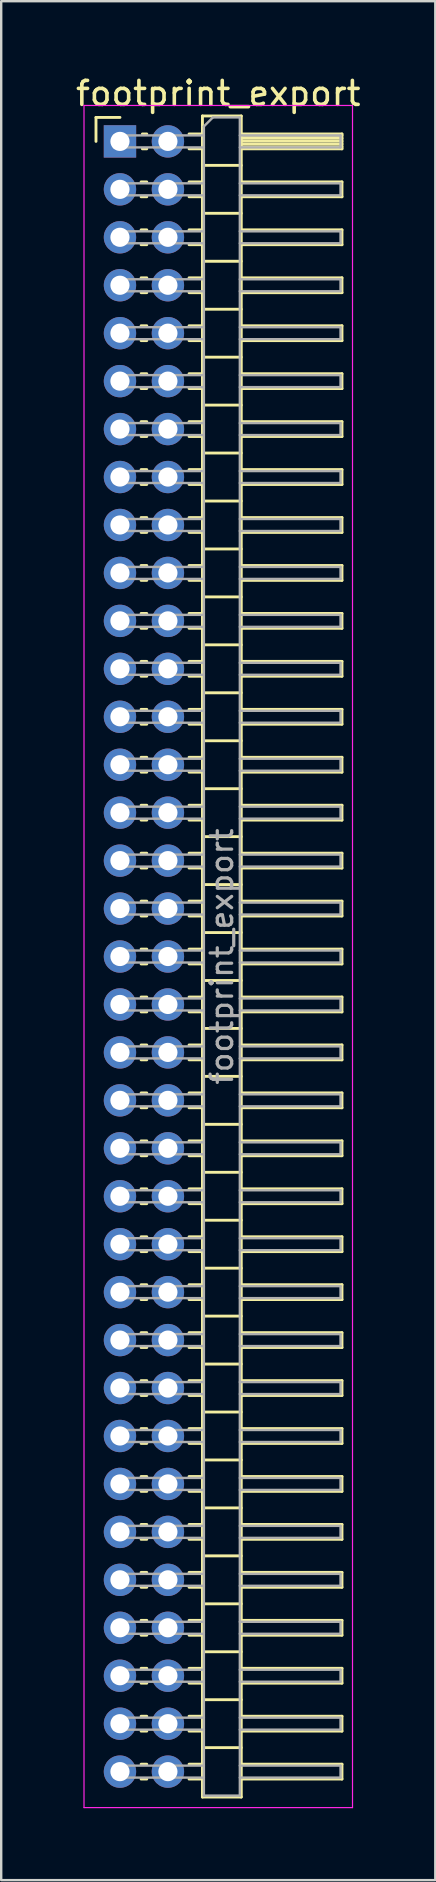
<source format=kicad_pcb>
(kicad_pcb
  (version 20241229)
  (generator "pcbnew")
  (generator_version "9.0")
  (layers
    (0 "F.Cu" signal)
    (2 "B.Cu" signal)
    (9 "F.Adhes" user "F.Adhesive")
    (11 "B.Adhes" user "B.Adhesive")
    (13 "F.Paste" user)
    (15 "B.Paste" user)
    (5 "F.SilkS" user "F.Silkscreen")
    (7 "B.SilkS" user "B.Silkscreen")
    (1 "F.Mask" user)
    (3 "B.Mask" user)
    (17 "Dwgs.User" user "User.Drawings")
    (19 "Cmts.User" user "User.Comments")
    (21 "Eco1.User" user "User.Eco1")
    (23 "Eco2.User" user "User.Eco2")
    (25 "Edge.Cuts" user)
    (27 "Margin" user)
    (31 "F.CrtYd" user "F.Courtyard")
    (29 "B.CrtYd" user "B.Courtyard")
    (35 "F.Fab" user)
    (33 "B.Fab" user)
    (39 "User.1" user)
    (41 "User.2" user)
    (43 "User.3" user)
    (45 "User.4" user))
  (footprint "footprint_export"
    (layer "F.Cu")
    (at 1.954 2.848)
    (property "Reference" "footprint_export" (at 4.1 -2 0) (layer "F.SilkS") (effects (font (size 1 1) (thickness 0.15))))
    (attr through_hole)
    (fp_line (start -1 -1) (end 0 -1) (stroke (width 0.12) (type solid)) (layer "F.SilkS"))
    (fp_line (start -1 0) (end -1 -1) (stroke (width 0.12) (type solid)) (layer "F.SilkS"))
    (fp_line (start 0.882 1.69) (end 1.118 1.69) (stroke (width 0.12) (type solid)) (layer "F.SilkS"))
    (fp_line (start 0.882 2.31) (end 1.118 2.31) (stroke (width 0.12) (type solid)) (layer "F.SilkS"))
    (fp_line (start 0.882 3.69) (end 1.118 3.69) (stroke (width 0.12) (type solid)) (layer "F.SilkS"))
    (fp_line (start 0.882 4.31) (end 1.118 4.31) (stroke (width 0.12) (type solid)) (layer "F.SilkS"))
    (fp_line (start 0.882 5.69) (end 1.118 5.69) (stroke (width 0.12) (type solid)) (layer "F.SilkS"))
    (fp_line (start 0.882 6.31) (end 1.118 6.31) (stroke (width 0.12) (type solid)) (layer "F.SilkS"))
    (fp_line (start 0.882 7.69) (end 1.118 7.69) (stroke (width 0.12) (type solid)) (layer "F.SilkS"))
    (fp_line (start 0.882 8.31) (end 1.118 8.31) (stroke (width 0.12) (type solid)) (layer "F.SilkS"))
    (fp_line (start 0.882 9.69) (end 1.118 9.69) (stroke (width 0.12) (type solid)) (layer "F.SilkS"))
    (fp_line (start 0.882 10.31) (end 1.118 10.31) (stroke (width 0.12) (type solid)) (layer "F.SilkS"))
    (fp_line (start 0.882 11.69) (end 1.118 11.69) (stroke (width 0.12) (type solid)) (layer "F.SilkS"))
    (fp_line (start 0.882 12.31) (end 1.118 12.31) (stroke (width 0.12) (type solid)) (layer "F.SilkS"))
    (fp_line (start 0.882 13.69) (end 1.118 13.69) (stroke (width 0.12) (type solid)) (layer "F.SilkS"))
    (fp_line (start 0.882 14.31) (end 1.118 14.31) (stroke (width 0.12) (type solid)) (layer "F.SilkS"))
    (fp_line (start 0.882 15.69) (end 1.118 15.69) (stroke (width 0.12) (type solid)) (layer "F.SilkS"))
    (fp_line (start 0.882 16.31) (end 1.118 16.31) (stroke (width 0.12) (type solid)) (layer "F.SilkS"))
    (fp_line (start 0.882 17.69) (end 1.118 17.69) (stroke (width 0.12) (type solid)) (layer "F.SilkS"))
    (fp_line (start 0.882 18.31) (end 1.118 18.31) (stroke (width 0.12) (type solid)) (layer "F.SilkS"))
    (fp_line (start 0.882 19.69) (end 1.118 19.69) (stroke (width 0.12) (type solid)) (layer "F.SilkS"))
    (fp_line (start 0.882 20.31) (end 1.118 20.31) (stroke (width 0.12) (type solid)) (layer "F.SilkS"))
    (fp_line (start 0.882 21.69) (end 1.118 21.69) (stroke (width 0.12) (type solid)) (layer "F.SilkS"))
    (fp_line (start 0.882 22.31) (end 1.118 22.31) (stroke (width 0.12) (type solid)) (layer "F.SilkS"))
    (fp_line (start 0.882 23.69) (end 1.118 23.69) (stroke (width 0.12) (type solid)) (layer "F.SilkS"))
    (fp_line (start 0.882 24.31) (end 1.118 24.31) (stroke (width 0.12) (type solid)) (layer "F.SilkS"))
    (fp_line (start 0.882 25.69) (end 1.118 25.69) (stroke (width 0.12) (type solid)) (layer "F.SilkS"))
    (fp_line (start 0.882 26.31) (end 1.118 26.31) (stroke (width 0.12) (type solid)) (layer "F.SilkS"))
    (fp_line (start 0.882 27.69) (end 1.118 27.69) (stroke (width 0.12) (type solid)) (layer "F.SilkS"))
    (fp_line (start 0.882 28.31) (end 1.118 28.31) (stroke (width 0.12) (type solid)) (layer "F.SilkS"))
    (fp_line (start 0.882 29.69) (end 1.118 29.69) (stroke (width 0.12) (type solid)) (layer "F.SilkS"))
    (fp_line (start 0.882 30.31) (end 1.118 30.31) (stroke (width 0.12) (type solid)) (layer "F.SilkS"))
    (fp_line (start 0.882 31.69) (end 1.118 31.69) (stroke (width 0.12) (type solid)) (layer "F.SilkS"))
    (fp_line (start 0.882 32.31) (end 1.118 32.31) (stroke (width 0.12) (type solid)) (layer "F.SilkS"))
    (fp_line (start 0.882 33.69) (end 1.118 33.69) (stroke (width 0.12) (type solid)) (layer "F.SilkS"))
    (fp_line (start 0.882 34.31) (end 1.118 34.31) (stroke (width 0.12) (type solid)) (layer "F.SilkS"))
    (fp_line (start 0.882 35.69) (end 1.118 35.69) (stroke (width 0.12) (type solid)) (layer "F.SilkS"))
    (fp_line (start 0.882 36.31) (end 1.118 36.31) (stroke (width 0.12) (type solid)) (layer "F.SilkS"))
    (fp_line (start 0.882 37.69) (end 1.118 37.69) (stroke (width 0.12) (type solid)) (layer "F.SilkS"))
    (fp_line (start 0.882 38.31) (end 1.118 38.31) (stroke (width 0.12) (type solid)) (layer "F.SilkS"))
    (fp_line (start 0.882 39.69) (end 1.118 39.69) (stroke (width 0.12) (type solid)) (layer "F.SilkS"))
    (fp_line (start 0.882 40.31) (end 1.118 40.31) (stroke (width 0.12) (type solid)) (layer "F.SilkS"))
    (fp_line (start 0.882 41.69) (end 1.118 41.69) (stroke (width 0.12) (type solid)) (layer "F.SilkS"))
    (fp_line (start 0.882 42.31) (end 1.118 42.31) (stroke (width 0.12) (type solid)) (layer "F.SilkS"))
    (fp_line (start 0.882 43.69) (end 1.118 43.69) (stroke (width 0.12) (type solid)) (layer "F.SilkS"))
    (fp_line (start 0.882 44.31) (end 1.118 44.31) (stroke (width 0.12) (type solid)) (layer "F.SilkS"))
    (fp_line (start 0.882 45.69) (end 1.118 45.69) (stroke (width 0.12) (type solid)) (layer "F.SilkS"))
    (fp_line (start 0.882 46.31) (end 1.118 46.31) (stroke (width 0.12) (type solid)) (layer "F.SilkS"))
    (fp_line (start 0.882 47.69) (end 1.118 47.69) (stroke (width 0.12) (type solid)) (layer "F.SilkS"))
    (fp_line (start 0.882 48.31) (end 1.118 48.31) (stroke (width 0.12) (type solid)) (layer "F.SilkS"))
    (fp_line (start 0.882 49.69) (end 1.118 49.69) (stroke (width 0.12) (type solid)) (layer "F.SilkS"))
    (fp_line (start 0.882 50.31) (end 1.118 50.31) (stroke (width 0.12) (type solid)) (layer "F.SilkS"))
    (fp_line (start 0.882 51.69) (end 1.118 51.69) (stroke (width 0.12) (type solid)) (layer "F.SilkS"))
    (fp_line (start 0.882 52.31) (end 1.118 52.31) (stroke (width 0.12) (type solid)) (layer "F.SilkS"))
    (fp_line (start 0.882 53.69) (end 1.118 53.69) (stroke (width 0.12) (type solid)) (layer "F.SilkS"))
    (fp_line (start 0.882 54.31) (end 1.118 54.31) (stroke (width 0.12) (type solid)) (layer "F.SilkS"))
    (fp_line (start 0.882 55.69) (end 1.118 55.69) (stroke (width 0.12) (type solid)) (layer "F.SilkS"))
    (fp_line (start 0.882 56.31) (end 1.118 56.31) (stroke (width 0.12) (type solid)) (layer "F.SilkS"))
    (fp_line (start 0.882 57.69) (end 1.118 57.69) (stroke (width 0.12) (type solid)) (layer "F.SilkS"))
    (fp_line (start 0.882 58.31) (end 1.118 58.31) (stroke (width 0.12) (type solid)) (layer "F.SilkS"))
    (fp_line (start 0.882 59.69) (end 1.118 59.69) (stroke (width 0.12) (type solid)) (layer "F.SilkS"))
    (fp_line (start 0.882 60.31) (end 1.118 60.31) (stroke (width 0.12) (type solid)) (layer "F.SilkS"))
    (fp_line (start 0.882 61.69) (end 1.118 61.69) (stroke (width 0.12) (type solid)) (layer "F.SilkS"))
    (fp_line (start 0.882 62.31) (end 1.118 62.31) (stroke (width 0.12) (type solid)) (layer "F.SilkS"))
    (fp_line (start 0.882 63.69) (end 1.118 63.69) (stroke (width 0.12) (type solid)) (layer "F.SilkS"))
    (fp_line (start 0.882 64.31) (end 1.118 64.31) (stroke (width 0.12) (type solid)) (layer "F.SilkS"))
    (fp_line (start 0.882 65.69) (end 1.118 65.69) (stroke (width 0.12) (type solid)) (layer "F.SilkS"))
    (fp_line (start 0.882 66.31) (end 1.118 66.31) (stroke (width 0.12) (type solid)) (layer "F.SilkS"))
    (fp_line (start 0.882 67.69) (end 1.118 67.69) (stroke (width 0.12) (type solid)) (layer "F.SilkS"))
    (fp_line (start 0.882 68.31) (end 1.118 68.31) (stroke (width 0.12) (type solid)) (layer "F.SilkS"))
    (fp_line (start 0.935 -0.31) (end 1.118 -0.31) (stroke (width 0.12) (type solid)) (layer "F.SilkS"))
    (fp_line (start 0.935 0.31) (end 1.118 0.31) (stroke (width 0.12) (type solid)) (layer "F.SilkS"))
    (fp_line (start 2.882 -0.31) (end 3.44 -0.31) (stroke (width 0.12) (type solid)) (layer "F.SilkS"))
    (fp_line (start 2.882 0.31) (end 3.44 0.31) (stroke (width 0.12) (type solid)) (layer "F.SilkS"))
    (fp_line (start 2.882 1.69) (end 3.44 1.69) (stroke (width 0.12) (type solid)) (layer "F.SilkS"))
    (fp_line (start 2.882 2.31) (end 3.44 2.31) (stroke (width 0.12) (type solid)) (layer "F.SilkS"))
    (fp_line (start 2.882 3.69) (end 3.44 3.69) (stroke (width 0.12) (type solid)) (layer "F.SilkS"))
    (fp_line (start 2.882 4.31) (end 3.44 4.31) (stroke (width 0.12) (type solid)) (layer "F.SilkS"))
    (fp_line (start 2.882 5.69) (end 3.44 5.69) (stroke (width 0.12) (type solid)) (layer "F.SilkS"))
    (fp_line (start 2.882 6.31) (end 3.44 6.31) (stroke (width 0.12) (type solid)) (layer "F.SilkS"))
    (fp_line (start 2.882 7.69) (end 3.44 7.69) (stroke (width 0.12) (type solid)) (layer "F.SilkS"))
    (fp_line (start 2.882 8.31) (end 3.44 8.31) (stroke (width 0.12) (type solid)) (layer "F.SilkS"))
    (fp_line (start 2.882 9.69) (end 3.44 9.69) (stroke (width 0.12) (type solid)) (layer "F.SilkS"))
    (fp_line (start 2.882 10.31) (end 3.44 10.31) (stroke (width 0.12) (type solid)) (layer "F.SilkS"))
    (fp_line (start 2.882 11.69) (end 3.44 11.69) (stroke (width 0.12) (type solid)) (layer "F.SilkS"))
    (fp_line (start 2.882 12.31) (end 3.44 12.31) (stroke (width 0.12) (type solid)) (layer "F.SilkS"))
    (fp_line (start 2.882 13.69) (end 3.44 13.69) (stroke (width 0.12) (type solid)) (layer "F.SilkS"))
    (fp_line (start 2.882 14.31) (end 3.44 14.31) (stroke (width 0.12) (type solid)) (layer "F.SilkS"))
    (fp_line (start 2.882 15.69) (end 3.44 15.69) (stroke (width 0.12) (type solid)) (layer "F.SilkS"))
    (fp_line (start 2.882 16.31) (end 3.44 16.31) (stroke (width 0.12) (type solid)) (layer "F.SilkS"))
    (fp_line (start 2.882 17.69) (end 3.44 17.69) (stroke (width 0.12) (type solid)) (layer "F.SilkS"))
    (fp_line (start 2.882 18.31) (end 3.44 18.31) (stroke (width 0.12) (type solid)) (layer "F.SilkS"))
    (fp_line (start 2.882 19.69) (end 3.44 19.69) (stroke (width 0.12) (type solid)) (layer "F.SilkS"))
    (fp_line (start 2.882 20.31) (end 3.44 20.31) (stroke (width 0.12) (type solid)) (layer "F.SilkS"))
    (fp_line (start 2.882 21.69) (end 3.44 21.69) (stroke (width 0.12) (type solid)) (layer "F.SilkS"))
    (fp_line (start 2.882 22.31) (end 3.44 22.31) (stroke (width 0.12) (type solid)) (layer "F.SilkS"))
    (fp_line (start 2.882 23.69) (end 3.44 23.69) (stroke (width 0.12) (type solid)) (layer "F.SilkS"))
    (fp_line (start 2.882 24.31) (end 3.44 24.31) (stroke (width 0.12) (type solid)) (layer "F.SilkS"))
    (fp_line (start 2.882 25.69) (end 3.44 25.69) (stroke (width 0.12) (type solid)) (layer "F.SilkS"))
    (fp_line (start 2.882 26.31) (end 3.44 26.31) (stroke (width 0.12) (type solid)) (layer "F.SilkS"))
    (fp_line (start 2.882 27.69) (end 3.44 27.69) (stroke (width 0.12) (type solid)) (layer "F.SilkS"))
    (fp_line (start 2.882 28.31) (end 3.44 28.31) (stroke (width 0.12) (type solid)) (layer "F.SilkS"))
    (fp_line (start 2.882 29.69) (end 3.44 29.69) (stroke (width 0.12) (type solid)) (layer "F.SilkS"))
    (fp_line (start 2.882 30.31) (end 3.44 30.31) (stroke (width 0.12) (type solid)) (layer "F.SilkS"))
    (fp_line (start 2.882 31.69) (end 3.44 31.69) (stroke (width 0.12) (type solid)) (layer "F.SilkS"))
    (fp_line (start 2.882 32.31) (end 3.44 32.31) (stroke (width 0.12) (type solid)) (layer "F.SilkS"))
    (fp_line (start 2.882 33.69) (end 3.44 33.69) (stroke (width 0.12) (type solid)) (layer "F.SilkS"))
    (fp_line (start 2.882 34.31) (end 3.44 34.31) (stroke (width 0.12) (type solid)) (layer "F.SilkS"))
    (fp_line (start 2.882 35.69) (end 3.44 35.69) (stroke (width 0.12) (type solid)) (layer "F.SilkS"))
    (fp_line (start 2.882 36.31) (end 3.44 36.31) (stroke (width 0.12) (type solid)) (layer "F.SilkS"))
    (fp_line (start 2.882 37.69) (end 3.44 37.69) (stroke (width 0.12) (type solid)) (layer "F.SilkS"))
    (fp_line (start 2.882 38.31) (end 3.44 38.31) (stroke (width 0.12) (type solid)) (layer "F.SilkS"))
    (fp_line (start 2.882 39.69) (end 3.44 39.69) (stroke (width 0.12) (type solid)) (layer "F.SilkS"))
    (fp_line (start 2.882 40.31) (end 3.44 40.31) (stroke (width 0.12) (type solid)) (layer "F.SilkS"))
    (fp_line (start 2.882 41.69) (end 3.44 41.69) (stroke (width 0.12) (type solid)) (layer "F.SilkS"))
    (fp_line (start 2.882 42.31) (end 3.44 42.31) (stroke (width 0.12) (type solid)) (layer "F.SilkS"))
    (fp_line (start 2.882 43.69) (end 3.44 43.69) (stroke (width 0.12) (type solid)) (layer "F.SilkS"))
    (fp_line (start 2.882 44.31) (end 3.44 44.31) (stroke (width 0.12) (type solid)) (layer "F.SilkS"))
    (fp_line (start 2.882 45.69) (end 3.44 45.69) (stroke (width 0.12) (type solid)) (layer "F.SilkS"))
    (fp_line (start 2.882 46.31) (end 3.44 46.31) (stroke (width 0.12) (type solid)) (layer "F.SilkS"))
    (fp_line (start 2.882 47.69) (end 3.44 47.69) (stroke (width 0.12) (type solid)) (layer "F.SilkS"))
    (fp_line (start 2.882 48.31) (end 3.44 48.31) (stroke (width 0.12) (type solid)) (layer "F.SilkS"))
    (fp_line (start 2.882 49.69) (end 3.44 49.69) (stroke (width 0.12) (type solid)) (layer "F.SilkS"))
    (fp_line (start 2.882 50.31) (end 3.44 50.31) (stroke (width 0.12) (type solid)) (layer "F.SilkS"))
    (fp_line (start 2.882 51.69) (end 3.44 51.69) (stroke (width 0.12) (type solid)) (layer "F.SilkS"))
    (fp_line (start 2.882 52.31) (end 3.44 52.31) (stroke (width 0.12) (type solid)) (layer "F.SilkS"))
    (fp_line (start 2.882 53.69) (end 3.44 53.69) (stroke (width 0.12) (type solid)) (layer "F.SilkS"))
    (fp_line (start 2.882 54.31) (end 3.44 54.31) (stroke (width 0.12) (type solid)) (layer "F.SilkS"))
    (fp_line (start 2.882 55.69) (end 3.44 55.69) (stroke (width 0.12) (type solid)) (layer "F.SilkS"))
    (fp_line (start 2.882 56.31) (end 3.44 56.31) (stroke (width 0.12) (type solid)) (layer "F.SilkS"))
    (fp_line (start 2.882 57.69) (end 3.44 57.69) (stroke (width 0.12) (type solid)) (layer "F.SilkS"))
    (fp_line (start 2.882 58.31) (end 3.44 58.31) (stroke (width 0.12) (type solid)) (layer "F.SilkS"))
    (fp_line (start 2.882 59.69) (end 3.44 59.69) (stroke (width 0.12) (type solid)) (layer "F.SilkS"))
    (fp_line (start 2.882 60.31) (end 3.44 60.31) (stroke (width 0.12) (type solid)) (layer "F.SilkS"))
    (fp_line (start 2.882 61.69) (end 3.44 61.69) (stroke (width 0.12) (type solid)) (layer "F.SilkS"))
    (fp_line (start 2.882 62.31) (end 3.44 62.31) (stroke (width 0.12) (type solid)) (layer "F.SilkS"))
    (fp_line (start 2.882 63.69) (end 3.44 63.69) (stroke (width 0.12) (type solid)) (layer "F.SilkS"))
    (fp_line (start 2.882 64.31) (end 3.44 64.31) (stroke (width 0.12) (type solid)) (layer "F.SilkS"))
    (fp_line (start 2.882 65.69) (end 3.44 65.69) (stroke (width 0.12) (type solid)) (layer "F.SilkS"))
    (fp_line (start 2.882 66.31) (end 3.44 66.31) (stroke (width 0.12) (type solid)) (layer "F.SilkS"))
    (fp_line (start 2.882 67.69) (end 3.44 67.69) (stroke (width 0.12) (type solid)) (layer "F.SilkS"))
    (fp_line (start 2.882 68.31) (end 3.44 68.31) (stroke (width 0.12) (type solid)) (layer "F.SilkS"))
    (fp_line (start 3.44 -1.06) (end 3.44 69.06) (stroke (width 0.12) (type solid)) (layer "F.SilkS"))
    (fp_line (start 3.44 1) (end 5.06 1) (stroke (width 0.12) (type solid)) (layer "F.SilkS"))
    (fp_line (start 3.44 3) (end 5.06 3) (stroke (width 0.12) (type solid)) (layer "F.SilkS"))
    (fp_line (start 3.44 5) (end 5.06 5) (stroke (width 0.12) (type solid)) (layer "F.SilkS"))
    (fp_line (start 3.44 7) (end 5.06 7) (stroke (width 0.12) (type solid)) (layer "F.SilkS"))
    (fp_line (start 3.44 9) (end 5.06 9) (stroke (width 0.12) (type solid)) (layer "F.SilkS"))
    (fp_line (start 3.44 11) (end 5.06 11) (stroke (width 0.12) (type solid)) (layer "F.SilkS"))
    (fp_line (start 3.44 13) (end 5.06 13) (stroke (width 0.12) (type solid)) (layer "F.SilkS"))
    (fp_line (start 3.44 15) (end 5.06 15) (stroke (width 0.12) (type solid)) (layer "F.SilkS"))
    (fp_line (start 3.44 17) (end 5.06 17) (stroke (width 0.12) (type solid)) (layer "F.SilkS"))
    (fp_line (start 3.44 19) (end 5.06 19) (stroke (width 0.12) (type solid)) (layer "F.SilkS"))
    (fp_line (start 3.44 21) (end 5.06 21) (stroke (width 0.12) (type solid)) (layer "F.SilkS"))
    (fp_line (start 3.44 23) (end 5.06 23) (stroke (width 0.12) (type solid)) (layer "F.SilkS"))
    (fp_line (start 3.44 25) (end 5.06 25) (stroke (width 0.12) (type solid)) (layer "F.SilkS"))
    (fp_line (start 3.44 27) (end 5.06 27) (stroke (width 0.12) (type solid)) (layer "F.SilkS"))
    (fp_line (start 3.44 29) (end 5.06 29) (stroke (width 0.12) (type solid)) (layer "F.SilkS"))
    (fp_line (start 3.44 31) (end 5.06 31) (stroke (width 0.12) (type solid)) (layer "F.SilkS"))
    (fp_line (start 3.44 33) (end 5.06 33) (stroke (width 0.12) (type solid)) (layer "F.SilkS"))
    (fp_line (start 3.44 35) (end 5.06 35) (stroke (width 0.12) (type solid)) (layer "F.SilkS"))
    (fp_line (start 3.44 37) (end 5.06 37) (stroke (width 0.12) (type solid)) (layer "F.SilkS"))
    (fp_line (start 3.44 39) (end 5.06 39) (stroke (width 0.12) (type solid)) (layer "F.SilkS"))
    (fp_line (start 3.44 41) (end 5.06 41) (stroke (width 0.12) (type solid)) (layer "F.SilkS"))
    (fp_line (start 3.44 43) (end 5.06 43) (stroke (width 0.12) (type solid)) (layer "F.SilkS"))
    (fp_line (start 3.44 45) (end 5.06 45) (stroke (width 0.12) (type solid)) (layer "F.SilkS"))
    (fp_line (start 3.44 47) (end 5.06 47) (stroke (width 0.12) (type solid)) (layer "F.SilkS"))
    (fp_line (start 3.44 49) (end 5.06 49) (stroke (width 0.12) (type solid)) (layer "F.SilkS"))
    (fp_line (start 3.44 51) (end 5.06 51) (stroke (width 0.12) (type solid)) (layer "F.SilkS"))
    (fp_line (start 3.44 53) (end 5.06 53) (stroke (width 0.12) (type solid)) (layer "F.SilkS"))
    (fp_line (start 3.44 55) (end 5.06 55) (stroke (width 0.12) (type solid)) (layer "F.SilkS"))
    (fp_line (start 3.44 57) (end 5.06 57) (stroke (width 0.12) (type solid)) (layer "F.SilkS"))
    (fp_line (start 3.44 59) (end 5.06 59) (stroke (width 0.12) (type solid)) (layer "F.SilkS"))
    (fp_line (start 3.44 61) (end 5.06 61) (stroke (width 0.12) (type solid)) (layer "F.SilkS"))
    (fp_line (start 3.44 63) (end 5.06 63) (stroke (width 0.12) (type solid)) (layer "F.SilkS"))
    (fp_line (start 3.44 65) (end 5.06 65) (stroke (width 0.12) (type solid)) (layer "F.SilkS"))
    (fp_line (start 3.44 67) (end 5.06 67) (stroke (width 0.12) (type solid)) (layer "F.SilkS"))
    (fp_line (start 3.44 69.06) (end 5.06 69.06) (stroke (width 0.12) (type solid)) (layer "F.SilkS"))
    (fp_line (start 5.06 -1.06) (end 3.44 -1.06) (stroke (width 0.12) (type solid)) (layer "F.SilkS"))
    (fp_line (start 5.06 -0.31) (end 9.26 -0.31) (stroke (width 0.12) (type solid)) (layer "F.SilkS"))
    (fp_line (start 5.06 -0.25) (end 9.26 -0.25) (stroke (width 0.12) (type solid)) (layer "F.SilkS"))
    (fp_line (start 5.06 -0.13) (end 9.26 -0.13) (stroke (width 0.12) (type solid)) (layer "F.SilkS"))
    (fp_line (start 5.06 -0.01) (end 9.26 -0.01) (stroke (width 0.12) (type solid)) (layer "F.SilkS"))
    (fp_line (start 5.06 0.11) (end 9.26 0.11) (stroke (width 0.12) (type solid)) (layer "F.SilkS"))
    (fp_line (start 5.06 0.23) (end 9.26 0.23) (stroke (width 0.12) (type solid)) (layer "F.SilkS"))
    (fp_line (start 5.06 1.69) (end 9.26 1.69) (stroke (width 0.12) (type solid)) (layer "F.SilkS"))
    (fp_line (start 5.06 3.69) (end 9.26 3.69) (stroke (width 0.12) (type solid)) (layer "F.SilkS"))
    (fp_line (start 5.06 5.69) (end 9.26 5.69) (stroke (width 0.12) (type solid)) (layer "F.SilkS"))
    (fp_line (start 5.06 7.69) (end 9.26 7.69) (stroke (width 0.12) (type solid)) (layer "F.SilkS"))
    (fp_line (start 5.06 9.69) (end 9.26 9.69) (stroke (width 0.12) (type solid)) (layer "F.SilkS"))
    (fp_line (start 5.06 11.69) (end 9.26 11.69) (stroke (width 0.12) (type solid)) (layer "F.SilkS"))
    (fp_line (start 5.06 13.69) (end 9.26 13.69) (stroke (width 0.12) (type solid)) (layer "F.SilkS"))
    (fp_line (start 5.06 15.69) (end 9.26 15.69) (stroke (width 0.12) (type solid)) (layer "F.SilkS"))
    (fp_line (start 5.06 17.69) (end 9.26 17.69) (stroke (width 0.12) (type solid)) (layer "F.SilkS"))
    (fp_line (start 5.06 19.69) (end 9.26 19.69) (stroke (width 0.12) (type solid)) (layer "F.SilkS"))
    (fp_line (start 5.06 21.69) (end 9.26 21.69) (stroke (width 0.12) (type solid)) (layer "F.SilkS"))
    (fp_line (start 5.06 23.69) (end 9.26 23.69) (stroke (width 0.12) (type solid)) (layer "F.SilkS"))
    (fp_line (start 5.06 25.69) (end 9.26 25.69) (stroke (width 0.12) (type solid)) (layer "F.SilkS"))
    (fp_line (start 5.06 27.69) (end 9.26 27.69) (stroke (width 0.12) (type solid)) (layer "F.SilkS"))
    (fp_line (start 5.06 29.69) (end 9.26 29.69) (stroke (width 0.12) (type solid)) (layer "F.SilkS"))
    (fp_line (start 5.06 31.69) (end 9.26 31.69) (stroke (width 0.12) (type solid)) (layer "F.SilkS"))
    (fp_line (start 5.06 33.69) (end 9.26 33.69) (stroke (width 0.12) (type solid)) (layer "F.SilkS"))
    (fp_line (start 5.06 35.69) (end 9.26 35.69) (stroke (width 0.12) (type solid)) (layer "F.SilkS"))
    (fp_line (start 5.06 37.69) (end 9.26 37.69) (stroke (width 0.12) (type solid)) (layer "F.SilkS"))
    (fp_line (start 5.06 39.69) (end 9.26 39.69) (stroke (width 0.12) (type solid)) (layer "F.SilkS"))
    (fp_line (start 5.06 41.69) (end 9.26 41.69) (stroke (width 0.12) (type solid)) (layer "F.SilkS"))
    (fp_line (start 5.06 43.69) (end 9.26 43.69) (stroke (width 0.12) (type solid)) (layer "F.SilkS"))
    (fp_line (start 5.06 45.69) (end 9.26 45.69) (stroke (width 0.12) (type solid)) (layer "F.SilkS"))
    (fp_line (start 5.06 47.69) (end 9.26 47.69) (stroke (width 0.12) (type solid)) (layer "F.SilkS"))
    (fp_line (start 5.06 49.69) (end 9.26 49.69) (stroke (width 0.12) (type solid)) (layer "F.SilkS"))
    (fp_line (start 5.06 51.69) (end 9.26 51.69) (stroke (width 0.12) (type solid)) (layer "F.SilkS"))
    (fp_line (start 5.06 53.69) (end 9.26 53.69) (stroke (width 0.12) (type solid)) (layer "F.SilkS"))
    (fp_line (start 5.06 55.69) (end 9.26 55.69) (stroke (width 0.12) (type solid)) (layer "F.SilkS"))
    (fp_line (start 5.06 57.69) (end 9.26 57.69) (stroke (width 0.12) (type solid)) (layer "F.SilkS"))
    (fp_line (start 5.06 59.69) (end 9.26 59.69) (stroke (width 0.12) (type solid)) (layer "F.SilkS"))
    (fp_line (start 5.06 61.69) (end 9.26 61.69) (stroke (width 0.12) (type solid)) (layer "F.SilkS"))
    (fp_line (start 5.06 63.69) (end 9.26 63.69) (stroke (width 0.12) (type solid)) (layer "F.SilkS"))
    (fp_line (start 5.06 65.69) (end 9.26 65.69) (stroke (width 0.12) (type solid)) (layer "F.SilkS"))
    (fp_line (start 5.06 67.69) (end 9.26 67.69) (stroke (width 0.12) (type solid)) (layer "F.SilkS"))
    (fp_line (start 5.06 69.06) (end 5.06 -1.06) (stroke (width 0.12) (type solid)) (layer "F.SilkS"))
    (fp_line (start 9.26 -0.31) (end 9.26 0.31) (stroke (width 0.12) (type solid)) (layer "F.SilkS"))
    (fp_line (start 9.26 0.31) (end 5.06 0.31) (stroke (width 0.12) (type solid)) (layer "F.SilkS"))
    (fp_line (start 9.26 1.69) (end 9.26 2.31) (stroke (width 0.12) (type solid)) (layer "F.SilkS"))
    (fp_line (start 9.26 2.31) (end 5.06 2.31) (stroke (width 0.12) (type solid)) (layer "F.SilkS"))
    (fp_line (start 9.26 3.69) (end 9.26 4.31) (stroke (width 0.12) (type solid)) (layer "F.SilkS"))
    (fp_line (start 9.26 4.31) (end 5.06 4.31) (stroke (width 0.12) (type solid)) (layer "F.SilkS"))
    (fp_line (start 9.26 5.69) (end 9.26 6.31) (stroke (width 0.12) (type solid)) (layer "F.SilkS"))
    (fp_line (start 9.26 6.31) (end 5.06 6.31) (stroke (width 0.12) (type solid)) (layer "F.SilkS"))
    (fp_line (start 9.26 7.69) (end 9.26 8.31) (stroke (width 0.12) (type solid)) (layer "F.SilkS"))
    (fp_line (start 9.26 8.31) (end 5.06 8.31) (stroke (width 0.12) (type solid)) (layer "F.SilkS"))
    (fp_line (start 9.26 9.69) (end 9.26 10.31) (stroke (width 0.12) (type solid)) (layer "F.SilkS"))
    (fp_line (start 9.26 10.31) (end 5.06 10.31) (stroke (width 0.12) (type solid)) (layer "F.SilkS"))
    (fp_line (start 9.26 11.69) (end 9.26 12.31) (stroke (width 0.12) (type solid)) (layer "F.SilkS"))
    (fp_line (start 9.26 12.31) (end 5.06 12.31) (stroke (width 0.12) (type solid)) (layer "F.SilkS"))
    (fp_line (start 9.26 13.69) (end 9.26 14.31) (stroke (width 0.12) (type solid)) (layer "F.SilkS"))
    (fp_line (start 9.26 14.31) (end 5.06 14.31) (stroke (width 0.12) (type solid)) (layer "F.SilkS"))
    (fp_line (start 9.26 15.69) (end 9.26 16.31) (stroke (width 0.12) (type solid)) (layer "F.SilkS"))
    (fp_line (start 9.26 16.31) (end 5.06 16.31) (stroke (width 0.12) (type solid)) (layer "F.SilkS"))
    (fp_line (start 9.26 17.69) (end 9.26 18.31) (stroke (width 0.12) (type solid)) (layer "F.SilkS"))
    (fp_line (start 9.26 18.31) (end 5.06 18.31) (stroke (width 0.12) (type solid)) (layer "F.SilkS"))
    (fp_line (start 9.26 19.69) (end 9.26 20.31) (stroke (width 0.12) (type solid)) (layer "F.SilkS"))
    (fp_line (start 9.26 20.31) (end 5.06 20.31) (stroke (width 0.12) (type solid)) (layer "F.SilkS"))
    (fp_line (start 9.26 21.69) (end 9.26 22.31) (stroke (width 0.12) (type solid)) (layer "F.SilkS"))
    (fp_line (start 9.26 22.31) (end 5.06 22.31) (stroke (width 0.12) (type solid)) (layer "F.SilkS"))
    (fp_line (start 9.26 23.69) (end 9.26 24.31) (stroke (width 0.12) (type solid)) (layer "F.SilkS"))
    (fp_line (start 9.26 24.31) (end 5.06 24.31) (stroke (width 0.12) (type solid)) (layer "F.SilkS"))
    (fp_line (start 9.26 25.69) (end 9.26 26.31) (stroke (width 0.12) (type solid)) (layer "F.SilkS"))
    (fp_line (start 9.26 26.31) (end 5.06 26.31) (stroke (width 0.12) (type solid)) (layer "F.SilkS"))
    (fp_line (start 9.26 27.69) (end 9.26 28.31) (stroke (width 0.12) (type solid)) (layer "F.SilkS"))
    (fp_line (start 9.26 28.31) (end 5.06 28.31) (stroke (width 0.12) (type solid)) (layer "F.SilkS"))
    (fp_line (start 9.26 29.69) (end 9.26 30.31) (stroke (width 0.12) (type solid)) (layer "F.SilkS"))
    (fp_line (start 9.26 30.31) (end 5.06 30.31) (stroke (width 0.12) (type solid)) (layer "F.SilkS"))
    (fp_line (start 9.26 31.69) (end 9.26 32.31) (stroke (width 0.12) (type solid)) (layer "F.SilkS"))
    (fp_line (start 9.26 32.31) (end 5.06 32.31) (stroke (width 0.12) (type solid)) (layer "F.SilkS"))
    (fp_line (start 9.26 33.69) (end 9.26 34.31) (stroke (width 0.12) (type solid)) (layer "F.SilkS"))
    (fp_line (start 9.26 34.31) (end 5.06 34.31) (stroke (width 0.12) (type solid)) (layer "F.SilkS"))
    (fp_line (start 9.26 35.69) (end 9.26 36.31) (stroke (width 0.12) (type solid)) (layer "F.SilkS"))
    (fp_line (start 9.26 36.31) (end 5.06 36.31) (stroke (width 0.12) (type solid)) (layer "F.SilkS"))
    (fp_line (start 9.26 37.69) (end 9.26 38.31) (stroke (width 0.12) (type solid)) (layer "F.SilkS"))
    (fp_line (start 9.26 38.31) (end 5.06 38.31) (stroke (width 0.12) (type solid)) (layer "F.SilkS"))
    (fp_line (start 9.26 39.69) (end 9.26 40.31) (stroke (width 0.12) (type solid)) (layer "F.SilkS"))
    (fp_line (start 9.26 40.31) (end 5.06 40.31) (stroke (width 0.12) (type solid)) (layer "F.SilkS"))
    (fp_line (start 9.26 41.69) (end 9.26 42.31) (stroke (width 0.12) (type solid)) (layer "F.SilkS"))
    (fp_line (start 9.26 42.31) (end 5.06 42.31) (stroke (width 0.12) (type solid)) (layer "F.SilkS"))
    (fp_line (start 9.26 43.69) (end 9.26 44.31) (stroke (width 0.12) (type solid)) (layer "F.SilkS"))
    (fp_line (start 9.26 44.31) (end 5.06 44.31) (stroke (width 0.12) (type solid)) (layer "F.SilkS"))
    (fp_line (start 9.26 45.69) (end 9.26 46.31) (stroke (width 0.12) (type solid)) (layer "F.SilkS"))
    (fp_line (start 9.26 46.31) (end 5.06 46.31) (stroke (width 0.12) (type solid)) (layer "F.SilkS"))
    (fp_line (start 9.26 47.69) (end 9.26 48.31) (stroke (width 0.12) (type solid)) (layer "F.SilkS"))
    (fp_line (start 9.26 48.31) (end 5.06 48.31) (stroke (width 0.12) (type solid)) (layer "F.SilkS"))
    (fp_line (start 9.26 49.69) (end 9.26 50.31) (stroke (width 0.12) (type solid)) (layer "F.SilkS"))
    (fp_line (start 9.26 50.31) (end 5.06 50.31) (stroke (width 0.12) (type solid)) (layer "F.SilkS"))
    (fp_line (start 9.26 51.69) (end 9.26 52.31) (stroke (width 0.12) (type solid)) (layer "F.SilkS"))
    (fp_line (start 9.26 52.31) (end 5.06 52.31) (stroke (width 0.12) (type solid)) (layer "F.SilkS"))
    (fp_line (start 9.26 53.69) (end 9.26 54.31) (stroke (width 0.12) (type solid)) (layer "F.SilkS"))
    (fp_line (start 9.26 54.31) (end 5.06 54.31) (stroke (width 0.12) (type solid)) (layer "F.SilkS"))
    (fp_line (start 9.26 55.69) (end 9.26 56.31) (stroke (width 0.12) (type solid)) (layer "F.SilkS"))
    (fp_line (start 9.26 56.31) (end 5.06 56.31) (stroke (width 0.12) (type solid)) (layer "F.SilkS"))
    (fp_line (start 9.26 57.69) (end 9.26 58.31) (stroke (width 0.12) (type solid)) (layer "F.SilkS"))
    (fp_line (start 9.26 58.31) (end 5.06 58.31) (stroke (width 0.12) (type solid)) (layer "F.SilkS"))
    (fp_line (start 9.26 59.69) (end 9.26 60.31) (stroke (width 0.12) (type solid)) (layer "F.SilkS"))
    (fp_line (start 9.26 60.31) (end 5.06 60.31) (stroke (width 0.12) (type solid)) (layer "F.SilkS"))
    (fp_line (start 9.26 61.69) (end 9.26 62.31) (stroke (width 0.12) (type solid)) (layer "F.SilkS"))
    (fp_line (start 9.26 62.31) (end 5.06 62.31) (stroke (width 0.12) (type solid)) (layer "F.SilkS"))
    (fp_line (start 9.26 63.69) (end 9.26 64.31) (stroke (width 0.12) (type solid)) (layer "F.SilkS"))
    (fp_line (start 9.26 64.31) (end 5.06 64.31) (stroke (width 0.12) (type solid)) (layer "F.SilkS"))
    (fp_line (start 9.26 65.69) (end 9.26 66.31) (stroke (width 0.12) (type solid)) (layer "F.SilkS"))
    (fp_line (start 9.26 66.31) (end 5.06 66.31) (stroke (width 0.12) (type solid)) (layer "F.SilkS"))
    (fp_line (start 9.26 67.69) (end 9.26 68.31) (stroke (width 0.12) (type solid)) (layer "F.SilkS"))
    (fp_line (start 9.26 68.31) (end 5.06 68.31) (stroke (width 0.12) (type solid)) (layer "F.SilkS"))
    (fp_line (start -1.5 -1.5) (end -1.5 69.5) (stroke (width 0.05) (type solid)) (layer "F.CrtYd"))
    (fp_line (start -1.5 69.5) (end 9.7 69.5) (stroke (width 0.05) (type solid)) (layer "F.CrtYd"))
    (fp_line (start 9.7 -1.5) (end -1.5 -1.5) (stroke (width 0.05) (type solid)) (layer "F.CrtYd"))
    (fp_line (start 9.7 69.5) (end 9.7 -1.5) (stroke (width 0.05) (type solid)) (layer "F.CrtYd"))
    (fp_line (start -0.25 -0.25) (end -0.25 0.25) (stroke (width 0.1) (type solid)) (layer "F.Fab"))
    (fp_line (start -0.25 -0.25) (end 3.5 -0.25) (stroke (width 0.1) (type solid)) (layer "F.Fab"))
    (fp_line (start -0.25 0.25) (end 3.5 0.25) (stroke (width 0.1) (type solid)) (layer "F.Fab"))
    (fp_line (start -0.25 1.75) (end -0.25 2.25) (stroke (width 0.1) (type solid)) (layer "F.Fab"))
    (fp_line (start -0.25 1.75) (end 3.5 1.75) (stroke (width 0.1) (type solid)) (layer "F.Fab"))
    (fp_line (start -0.25 2.25) (end 3.5 2.25) (stroke (width 0.1) (type solid)) (layer "F.Fab"))
    (fp_line (start -0.25 3.75) (end -0.25 4.25) (stroke (width 0.1) (type solid)) (layer "F.Fab"))
    (fp_line (start -0.25 3.75) (end 3.5 3.75) (stroke (width 0.1) (type solid)) (layer "F.Fab"))
    (fp_line (start -0.25 4.25) (end 3.5 4.25) (stroke (width 0.1) (type solid)) (layer "F.Fab"))
    (fp_line (start -0.25 5.75) (end -0.25 6.25) (stroke (width 0.1) (type solid)) (layer "F.Fab"))
    (fp_line (start -0.25 5.75) (end 3.5 5.75) (stroke (width 0.1) (type solid)) (layer "F.Fab"))
    (fp_line (start -0.25 6.25) (end 3.5 6.25) (stroke (width 0.1) (type solid)) (layer "F.Fab"))
    (fp_line (start -0.25 7.75) (end -0.25 8.25) (stroke (width 0.1) (type solid)) (layer "F.Fab"))
    (fp_line (start -0.25 7.75) (end 3.5 7.75) (stroke (width 0.1) (type solid)) (layer "F.Fab"))
    (fp_line (start -0.25 8.25) (end 3.5 8.25) (stroke (width 0.1) (type solid)) (layer "F.Fab"))
    (fp_line (start -0.25 9.75) (end -0.25 10.25) (stroke (width 0.1) (type solid)) (layer "F.Fab"))
    (fp_line (start -0.25 9.75) (end 3.5 9.75) (stroke (width 0.1) (type solid)) (layer "F.Fab"))
    (fp_line (start -0.25 10.25) (end 3.5 10.25) (stroke (width 0.1) (type solid)) (layer "F.Fab"))
    (fp_line (start -0.25 11.75) (end -0.25 12.25) (stroke (width 0.1) (type solid)) (layer "F.Fab"))
    (fp_line (start -0.25 11.75) (end 3.5 11.75) (stroke (width 0.1) (type solid)) (layer "F.Fab"))
    (fp_line (start -0.25 12.25) (end 3.5 12.25) (stroke (width 0.1) (type solid)) (layer "F.Fab"))
    (fp_line (start -0.25 13.75) (end -0.25 14.25) (stroke (width 0.1) (type solid)) (layer "F.Fab"))
    (fp_line (start -0.25 13.75) (end 3.5 13.75) (stroke (width 0.1) (type solid)) (layer "F.Fab"))
    (fp_line (start -0.25 14.25) (end 3.5 14.25) (stroke (width 0.1) (type solid)) (layer "F.Fab"))
    (fp_line (start -0.25 15.75) (end -0.25 16.25) (stroke (width 0.1) (type solid)) (layer "F.Fab"))
    (fp_line (start -0.25 15.75) (end 3.5 15.75) (stroke (width 0.1) (type solid)) (layer "F.Fab"))
    (fp_line (start -0.25 16.25) (end 3.5 16.25) (stroke (width 0.1) (type solid)) (layer "F.Fab"))
    (fp_line (start -0.25 17.75) (end -0.25 18.25) (stroke (width 0.1) (type solid)) (layer "F.Fab"))
    (fp_line (start -0.25 17.75) (end 3.5 17.75) (stroke (width 0.1) (type solid)) (layer "F.Fab"))
    (fp_line (start -0.25 18.25) (end 3.5 18.25) (stroke (width 0.1) (type solid)) (layer "F.Fab"))
    (fp_line (start -0.25 19.75) (end -0.25 20.25) (stroke (width 0.1) (type solid)) (layer "F.Fab"))
    (fp_line (start -0.25 19.75) (end 3.5 19.75) (stroke (width 0.1) (type solid)) (layer "F.Fab"))
    (fp_line (start -0.25 20.25) (end 3.5 20.25) (stroke (width 0.1) (type solid)) (layer "F.Fab"))
    (fp_line (start -0.25 21.75) (end -0.25 22.25) (stroke (width 0.1) (type solid)) (layer "F.Fab"))
    (fp_line (start -0.25 21.75) (end 3.5 21.75) (stroke (width 0.1) (type solid)) (layer "F.Fab"))
    (fp_line (start -0.25 22.25) (end 3.5 22.25) (stroke (width 0.1) (type solid)) (layer "F.Fab"))
    (fp_line (start -0.25 23.75) (end -0.25 24.25) (stroke (width 0.1) (type solid)) (layer "F.Fab"))
    (fp_line (start -0.25 23.75) (end 3.5 23.75) (stroke (width 0.1) (type solid)) (layer "F.Fab"))
    (fp_line (start -0.25 24.25) (end 3.5 24.25) (stroke (width 0.1) (type solid)) (layer "F.Fab"))
    (fp_line (start -0.25 25.75) (end -0.25 26.25) (stroke (width 0.1) (type solid)) (layer "F.Fab"))
    (fp_line (start -0.25 25.75) (end 3.5 25.75) (stroke (width 0.1) (type solid)) (layer "F.Fab"))
    (fp_line (start -0.25 26.25) (end 3.5 26.25) (stroke (width 0.1) (type solid)) (layer "F.Fab"))
    (fp_line (start -0.25 27.75) (end -0.25 28.25) (stroke (width 0.1) (type solid)) (layer "F.Fab"))
    (fp_line (start -0.25 27.75) (end 3.5 27.75) (stroke (width 0.1) (type solid)) (layer "F.Fab"))
    (fp_line (start -0.25 28.25) (end 3.5 28.25) (stroke (width 0.1) (type solid)) (layer "F.Fab"))
    (fp_line (start -0.25 29.75) (end -0.25 30.25) (stroke (width 0.1) (type solid)) (layer "F.Fab"))
    (fp_line (start -0.25 29.75) (end 3.5 29.75) (stroke (width 0.1) (type solid)) (layer "F.Fab"))
    (fp_line (start -0.25 30.25) (end 3.5 30.25) (stroke (width 0.1) (type solid)) (layer "F.Fab"))
    (fp_line (start -0.25 31.75) (end -0.25 32.25) (stroke (width 0.1) (type solid)) (layer "F.Fab"))
    (fp_line (start -0.25 31.75) (end 3.5 31.75) (stroke (width 0.1) (type solid)) (layer "F.Fab"))
    (fp_line (start -0.25 32.25) (end 3.5 32.25) (stroke (width 0.1) (type solid)) (layer "F.Fab"))
    (fp_line (start -0.25 33.75) (end -0.25 34.25) (stroke (width 0.1) (type solid)) (layer "F.Fab"))
    (fp_line (start -0.25 33.75) (end 3.5 33.75) (stroke (width 0.1) (type solid)) (layer "F.Fab"))
    (fp_line (start -0.25 34.25) (end 3.5 34.25) (stroke (width 0.1) (type solid)) (layer "F.Fab"))
    (fp_line (start -0.25 35.75) (end -0.25 36.25) (stroke (width 0.1) (type solid)) (layer "F.Fab"))
    (fp_line (start -0.25 35.75) (end 3.5 35.75) (stroke (width 0.1) (type solid)) (layer "F.Fab"))
    (fp_line (start -0.25 36.25) (end 3.5 36.25) (stroke (width 0.1) (type solid)) (layer "F.Fab"))
    (fp_line (start -0.25 37.75) (end -0.25 38.25) (stroke (width 0.1) (type solid)) (layer "F.Fab"))
    (fp_line (start -0.25 37.75) (end 3.5 37.75) (stroke (width 0.1) (type solid)) (layer "F.Fab"))
    (fp_line (start -0.25 38.25) (end 3.5 38.25) (stroke (width 0.1) (type solid)) (layer "F.Fab"))
    (fp_line (start -0.25 39.75) (end -0.25 40.25) (stroke (width 0.1) (type solid)) (layer "F.Fab"))
    (fp_line (start -0.25 39.75) (end 3.5 39.75) (stroke (width 0.1) (type solid)) (layer "F.Fab"))
    (fp_line (start -0.25 40.25) (end 3.5 40.25) (stroke (width 0.1) (type solid)) (layer "F.Fab"))
    (fp_line (start -0.25 41.75) (end -0.25 42.25) (stroke (width 0.1) (type solid)) (layer "F.Fab"))
    (fp_line (start -0.25 41.75) (end 3.5 41.75) (stroke (width 0.1) (type solid)) (layer "F.Fab"))
    (fp_line (start -0.25 42.25) (end 3.5 42.25) (stroke (width 0.1) (type solid)) (layer "F.Fab"))
    (fp_line (start -0.25 43.75) (end -0.25 44.25) (stroke (width 0.1) (type solid)) (layer "F.Fab"))
    (fp_line (start -0.25 43.75) (end 3.5 43.75) (stroke (width 0.1) (type solid)) (layer "F.Fab"))
    (fp_line (start -0.25 44.25) (end 3.5 44.25) (stroke (width 0.1) (type solid)) (layer "F.Fab"))
    (fp_line (start -0.25 45.75) (end -0.25 46.25) (stroke (width 0.1) (type solid)) (layer "F.Fab"))
    (fp_line (start -0.25 45.75) (end 3.5 45.75) (stroke (width 0.1) (type solid)) (layer "F.Fab"))
    (fp_line (start -0.25 46.25) (end 3.5 46.25) (stroke (width 0.1) (type solid)) (layer "F.Fab"))
    (fp_line (start -0.25 47.75) (end -0.25 48.25) (stroke (width 0.1) (type solid)) (layer "F.Fab"))
    (fp_line (start -0.25 47.75) (end 3.5 47.75) (stroke (width 0.1) (type solid)) (layer "F.Fab"))
    (fp_line (start -0.25 48.25) (end 3.5 48.25) (stroke (width 0.1) (type solid)) (layer "F.Fab"))
    (fp_line (start -0.25 49.75) (end -0.25 50.25) (stroke (width 0.1) (type solid)) (layer "F.Fab"))
    (fp_line (start -0.25 49.75) (end 3.5 49.75) (stroke (width 0.1) (type solid)) (layer "F.Fab"))
    (fp_line (start -0.25 50.25) (end 3.5 50.25) (stroke (width 0.1) (type solid)) (layer "F.Fab"))
    (fp_line (start -0.25 51.75) (end -0.25 52.25) (stroke (width 0.1) (type solid)) (layer "F.Fab"))
    (fp_line (start -0.25 51.75) (end 3.5 51.75) (stroke (width 0.1) (type solid)) (layer "F.Fab"))
    (fp_line (start -0.25 52.25) (end 3.5 52.25) (stroke (width 0.1) (type solid)) (layer "F.Fab"))
    (fp_line (start -0.25 53.75) (end -0.25 54.25) (stroke (width 0.1) (type solid)) (layer "F.Fab"))
    (fp_line (start -0.25 53.75) (end 3.5 53.75) (stroke (width 0.1) (type solid)) (layer "F.Fab"))
    (fp_line (start -0.25 54.25) (end 3.5 54.25) (stroke (width 0.1) (type solid)) (layer "F.Fab"))
    (fp_line (start -0.25 55.75) (end -0.25 56.25) (stroke (width 0.1) (type solid)) (layer "F.Fab"))
    (fp_line (start -0.25 55.75) (end 3.5 55.75) (stroke (width 0.1) (type solid)) (layer "F.Fab"))
    (fp_line (start -0.25 56.25) (end 3.5 56.25) (stroke (width 0.1) (type solid)) (layer "F.Fab"))
    (fp_line (start -0.25 57.75) (end -0.25 58.25) (stroke (width 0.1) (type solid)) (layer "F.Fab"))
    (fp_line (start -0.25 57.75) (end 3.5 57.75) (stroke (width 0.1) (type solid)) (layer "F.Fab"))
    (fp_line (start -0.25 58.25) (end 3.5 58.25) (stroke (width 0.1) (type solid)) (layer "F.Fab"))
    (fp_line (start -0.25 59.75) (end -0.25 60.25) (stroke (width 0.1) (type solid)) (layer "F.Fab"))
    (fp_line (start -0.25 59.75) (end 3.5 59.75) (stroke (width 0.1) (type solid)) (layer "F.Fab"))
    (fp_line (start -0.25 60.25) (end 3.5 60.25) (stroke (width 0.1) (type solid)) (layer "F.Fab"))
    (fp_line (start -0.25 61.75) (end -0.25 62.25) (stroke (width 0.1) (type solid)) (layer "F.Fab"))
    (fp_line (start -0.25 61.75) (end 3.5 61.75) (stroke (width 0.1) (type solid)) (layer "F.Fab"))
    (fp_line (start -0.25 62.25) (end 3.5 62.25) (stroke (width 0.1) (type solid)) (layer "F.Fab"))
    (fp_line (start -0.25 63.75) (end -0.25 64.25) (stroke (width 0.1) (type solid)) (layer "F.Fab"))
    (fp_line (start -0.25 63.75) (end 3.5 63.75) (stroke (width 0.1) (type solid)) (layer "F.Fab"))
    (fp_line (start -0.25 64.25) (end 3.5 64.25) (stroke (width 0.1) (type solid)) (layer "F.Fab"))
    (fp_line (start -0.25 65.75) (end -0.25 66.25) (stroke (width 0.1) (type solid)) (layer "F.Fab"))
    (fp_line (start -0.25 65.75) (end 3.5 65.75) (stroke (width 0.1) (type solid)) (layer "F.Fab"))
    (fp_line (start -0.25 66.25) (end 3.5 66.25) (stroke (width 0.1) (type solid)) (layer "F.Fab"))
    (fp_line (start -0.25 67.75) (end -0.25 68.25) (stroke (width 0.1) (type solid)) (layer "F.Fab"))
    (fp_line (start -0.25 67.75) (end 3.5 67.75) (stroke (width 0.1) (type solid)) (layer "F.Fab"))
    (fp_line (start -0.25 68.25) (end 3.5 68.25) (stroke (width 0.1) (type solid)) (layer "F.Fab"))
    (fp_line (start 3.5 -0.625) (end 3.875 -1) (stroke (width 0.1) (type solid)) (layer "F.Fab"))
    (fp_line (start 3.5 69) (end 3.5 -0.625) (stroke (width 0.1) (type solid)) (layer "F.Fab"))
    (fp_line (start 3.875 -1) (end 5 -1) (stroke (width 0.1) (type solid)) (layer "F.Fab"))
    (fp_line (start 5 -1) (end 5 69) (stroke (width 0.1) (type solid)) (layer "F.Fab"))
    (fp_line (start 5 -0.25) (end 9.2 -0.25) (stroke (width 0.1) (type solid)) (layer "F.Fab"))
    (fp_line (start 5 0.25) (end 9.2 0.25) (stroke (width 0.1) (type solid)) (layer "F.Fab"))
    (fp_line (start 5 1.75) (end 9.2 1.75) (stroke (width 0.1) (type solid)) (layer "F.Fab"))
    (fp_line (start 5 2.25) (end 9.2 2.25) (stroke (width 0.1) (type solid)) (layer "F.Fab"))
    (fp_line (start 5 3.75) (end 9.2 3.75) (stroke (width 0.1) (type solid)) (layer "F.Fab"))
    (fp_line (start 5 4.25) (end 9.2 4.25) (stroke (width 0.1) (type solid)) (layer "F.Fab"))
    (fp_line (start 5 5.75) (end 9.2 5.75) (stroke (width 0.1) (type solid)) (layer "F.Fab"))
    (fp_line (start 5 6.25) (end 9.2 6.25) (stroke (width 0.1) (type solid)) (layer "F.Fab"))
    (fp_line (start 5 7.75) (end 9.2 7.75) (stroke (width 0.1) (type solid)) (layer "F.Fab"))
    (fp_line (start 5 8.25) (end 9.2 8.25) (stroke (width 0.1) (type solid)) (layer "F.Fab"))
    (fp_line (start 5 9.75) (end 9.2 9.75) (stroke (width 0.1) (type solid)) (layer "F.Fab"))
    (fp_line (start 5 10.25) (end 9.2 10.25) (stroke (width 0.1) (type solid)) (layer "F.Fab"))
    (fp_line (start 5 11.75) (end 9.2 11.75) (stroke (width 0.1) (type solid)) (layer "F.Fab"))
    (fp_line (start 5 12.25) (end 9.2 12.25) (stroke (width 0.1) (type solid)) (layer "F.Fab"))
    (fp_line (start 5 13.75) (end 9.2 13.75) (stroke (width 0.1) (type solid)) (layer "F.Fab"))
    (fp_line (start 5 14.25) (end 9.2 14.25) (stroke (width 0.1) (type solid)) (layer "F.Fab"))
    (fp_line (start 5 15.75) (end 9.2 15.75) (stroke (width 0.1) (type solid)) (layer "F.Fab"))
    (fp_line (start 5 16.25) (end 9.2 16.25) (stroke (width 0.1) (type solid)) (layer "F.Fab"))
    (fp_line (start 5 17.75) (end 9.2 17.75) (stroke (width 0.1) (type solid)) (layer "F.Fab"))
    (fp_line (start 5 18.25) (end 9.2 18.25) (stroke (width 0.1) (type solid)) (layer "F.Fab"))
    (fp_line (start 5 19.75) (end 9.2 19.75) (stroke (width 0.1) (type solid)) (layer "F.Fab"))
    (fp_line (start 5 20.25) (end 9.2 20.25) (stroke (width 0.1) (type solid)) (layer "F.Fab"))
    (fp_line (start 5 21.75) (end 9.2 21.75) (stroke (width 0.1) (type solid)) (layer "F.Fab"))
    (fp_line (start 5 22.25) (end 9.2 22.25) (stroke (width 0.1) (type solid)) (layer "F.Fab"))
    (fp_line (start 5 23.75) (end 9.2 23.75) (stroke (width 0.1) (type solid)) (layer "F.Fab"))
    (fp_line (start 5 24.25) (end 9.2 24.25) (stroke (width 0.1) (type solid)) (layer "F.Fab"))
    (fp_line (start 5 25.75) (end 9.2 25.75) (stroke (width 0.1) (type solid)) (layer "F.Fab"))
    (fp_line (start 5 26.25) (end 9.2 26.25) (stroke (width 0.1) (type solid)) (layer "F.Fab"))
    (fp_line (start 5 27.75) (end 9.2 27.75) (stroke (width 0.1) (type solid)) (layer "F.Fab"))
    (fp_line (start 5 28.25) (end 9.2 28.25) (stroke (width 0.1) (type solid)) (layer "F.Fab"))
    (fp_line (start 5 29.75) (end 9.2 29.75) (stroke (width 0.1) (type solid)) (layer "F.Fab"))
    (fp_line (start 5 30.25) (end 9.2 30.25) (stroke (width 0.1) (type solid)) (layer "F.Fab"))
    (fp_line (start 5 31.75) (end 9.2 31.75) (stroke (width 0.1) (type solid)) (layer "F.Fab"))
    (fp_line (start 5 32.25) (end 9.2 32.25) (stroke (width 0.1) (type solid)) (layer "F.Fab"))
    (fp_line (start 5 33.75) (end 9.2 33.75) (stroke (width 0.1) (type solid)) (layer "F.Fab"))
    (fp_line (start 5 34.25) (end 9.2 34.25) (stroke (width 0.1) (type solid)) (layer "F.Fab"))
    (fp_line (start 5 35.75) (end 9.2 35.75) (stroke (width 0.1) (type solid)) (layer "F.Fab"))
    (fp_line (start 5 36.25) (end 9.2 36.25) (stroke (width 0.1) (type solid)) (layer "F.Fab"))
    (fp_line (start 5 37.75) (end 9.2 37.75) (stroke (width 0.1) (type solid)) (layer "F.Fab"))
    (fp_line (start 5 38.25) (end 9.2 38.25) (stroke (width 0.1) (type solid)) (layer "F.Fab"))
    (fp_line (start 5 39.75) (end 9.2 39.75) (stroke (width 0.1) (type solid)) (layer "F.Fab"))
    (fp_line (start 5 40.25) (end 9.2 40.25) (stroke (width 0.1) (type solid)) (layer "F.Fab"))
    (fp_line (start 5 41.75) (end 9.2 41.75) (stroke (width 0.1) (type solid)) (layer "F.Fab"))
    (fp_line (start 5 42.25) (end 9.2 42.25) (stroke (width 0.1) (type solid)) (layer "F.Fab"))
    (fp_line (start 5 43.75) (end 9.2 43.75) (stroke (width 0.1) (type solid)) (layer "F.Fab"))
    (fp_line (start 5 44.25) (end 9.2 44.25) (stroke (width 0.1) (type solid)) (layer "F.Fab"))
    (fp_line (start 5 45.75) (end 9.2 45.75) (stroke (width 0.1) (type solid)) (layer "F.Fab"))
    (fp_line (start 5 46.25) (end 9.2 46.25) (stroke (width 0.1) (type solid)) (layer "F.Fab"))
    (fp_line (start 5 47.75) (end 9.2 47.75) (stroke (width 0.1) (type solid)) (layer "F.Fab"))
    (fp_line (start 5 48.25) (end 9.2 48.25) (stroke (width 0.1) (type solid)) (layer "F.Fab"))
    (fp_line (start 5 49.75) (end 9.2 49.75) (stroke (width 0.1) (type solid)) (layer "F.Fab"))
    (fp_line (start 5 50.25) (end 9.2 50.25) (stroke (width 0.1) (type solid)) (layer "F.Fab"))
    (fp_line (start 5 51.75) (end 9.2 51.75) (stroke (width 0.1) (type solid)) (layer "F.Fab"))
    (fp_line (start 5 52.25) (end 9.2 52.25) (stroke (width 0.1) (type solid)) (layer "F.Fab"))
    (fp_line (start 5 53.75) (end 9.2 53.75) (stroke (width 0.1) (type solid)) (layer "F.Fab"))
    (fp_line (start 5 54.25) (end 9.2 54.25) (stroke (width 0.1) (type solid)) (layer "F.Fab"))
    (fp_line (start 5 55.75) (end 9.2 55.75) (stroke (width 0.1) (type solid)) (layer "F.Fab"))
    (fp_line (start 5 56.25) (end 9.2 56.25) (stroke (width 0.1) (type solid)) (layer "F.Fab"))
    (fp_line (start 5 57.75) (end 9.2 57.75) (stroke (width 0.1) (type solid)) (layer "F.Fab"))
    (fp_line (start 5 58.25) (end 9.2 58.25) (stroke (width 0.1) (type solid)) (layer "F.Fab"))
    (fp_line (start 5 59.75) (end 9.2 59.75) (stroke (width 0.1) (type solid)) (layer "F.Fab"))
    (fp_line (start 5 60.25) (end 9.2 60.25) (stroke (width 0.1) (type solid)) (layer "F.Fab"))
    (fp_line (start 5 61.75) (end 9.2 61.75) (stroke (width 0.1) (type solid)) (layer "F.Fab"))
    (fp_line (start 5 62.25) (end 9.2 62.25) (stroke (width 0.1) (type solid)) (layer "F.Fab"))
    (fp_line (start 5 63.75) (end 9.2 63.75) (stroke (width 0.1) (type solid)) (layer "F.Fab"))
    (fp_line (start 5 64.25) (end 9.2 64.25) (stroke (width 0.1) (type solid)) (layer "F.Fab"))
    (fp_line (start 5 65.75) (end 9.2 65.75) (stroke (width 0.1) (type solid)) (layer "F.Fab"))
    (fp_line (start 5 66.25) (end 9.2 66.25) (stroke (width 0.1) (type solid)) (layer "F.Fab"))
    (fp_line (start 5 67.75) (end 9.2 67.75) (stroke (width 0.1) (type solid)) (layer "F.Fab"))
    (fp_line (start 5 68.25) (end 9.2 68.25) (stroke (width 0.1) (type solid)) (layer "F.Fab"))
    (fp_line (start 5 69) (end 3.5 69) (stroke (width 0.1) (type solid)) (layer "F.Fab"))
    (fp_line (start 9.2 -0.25) (end 9.2 0.25) (stroke (width 0.1) (type solid)) (layer "F.Fab"))
    (fp_line (start 9.2 1.75) (end 9.2 2.25) (stroke (width 0.1) (type solid)) (layer "F.Fab"))
    (fp_line (start 9.2 3.75) (end 9.2 4.25) (stroke (width 0.1) (type solid)) (layer "F.Fab"))
    (fp_line (start 9.2 5.75) (end 9.2 6.25) (stroke (width 0.1) (type solid)) (layer "F.Fab"))
    (fp_line (start 9.2 7.75) (end 9.2 8.25) (stroke (width 0.1) (type solid)) (layer "F.Fab"))
    (fp_line (start 9.2 9.75) (end 9.2 10.25) (stroke (width 0.1) (type solid)) (layer "F.Fab"))
    (fp_line (start 9.2 11.75) (end 9.2 12.25) (stroke (width 0.1) (type solid)) (layer "F.Fab"))
    (fp_line (start 9.2 13.75) (end 9.2 14.25) (stroke (width 0.1) (type solid)) (layer "F.Fab"))
    (fp_line (start 9.2 15.75) (end 9.2 16.25) (stroke (width 0.1) (type solid)) (layer "F.Fab"))
    (fp_line (start 9.2 17.75) (end 9.2 18.25) (stroke (width 0.1) (type solid)) (layer "F.Fab"))
    (fp_line (start 9.2 19.75) (end 9.2 20.25) (stroke (width 0.1) (type solid)) (layer "F.Fab"))
    (fp_line (start 9.2 21.75) (end 9.2 22.25) (stroke (width 0.1) (type solid)) (layer "F.Fab"))
    (fp_line (start 9.2 23.75) (end 9.2 24.25) (stroke (width 0.1) (type solid)) (layer "F.Fab"))
    (fp_line (start 9.2 25.75) (end 9.2 26.25) (stroke (width 0.1) (type solid)) (layer "F.Fab"))
    (fp_line (start 9.2 27.75) (end 9.2 28.25) (stroke (width 0.1) (type solid)) (layer "F.Fab"))
    (fp_line (start 9.2 29.75) (end 9.2 30.25) (stroke (width 0.1) (type solid)) (layer "F.Fab"))
    (fp_line (start 9.2 31.75) (end 9.2 32.25) (stroke (width 0.1) (type solid)) (layer "F.Fab"))
    (fp_line (start 9.2 33.75) (end 9.2 34.25) (stroke (width 0.1) (type solid)) (layer "F.Fab"))
    (fp_line (start 9.2 35.75) (end 9.2 36.25) (stroke (width 0.1) (type solid)) (layer "F.Fab"))
    (fp_line (start 9.2 37.75) (end 9.2 38.25) (stroke (width 0.1) (type solid)) (layer "F.Fab"))
    (fp_line (start 9.2 39.75) (end 9.2 40.25) (stroke (width 0.1) (type solid)) (layer "F.Fab"))
    (fp_line (start 9.2 41.75) (end 9.2 42.25) (stroke (width 0.1) (type solid)) (layer "F.Fab"))
    (fp_line (start 9.2 43.75) (end 9.2 44.25) (stroke (width 0.1) (type solid)) (layer "F.Fab"))
    (fp_line (start 9.2 45.75) (end 9.2 46.25) (stroke (width 0.1) (type solid)) (layer "F.Fab"))
    (fp_line (start 9.2 47.75) (end 9.2 48.25) (stroke (width 0.1) (type solid)) (layer "F.Fab"))
    (fp_line (start 9.2 49.75) (end 9.2 50.25) (stroke (width 0.1) (type solid)) (layer "F.Fab"))
    (fp_line (start 9.2 51.75) (end 9.2 52.25) (stroke (width 0.1) (type solid)) (layer "F.Fab"))
    (fp_line (start 9.2 53.75) (end 9.2 54.25) (stroke (width 0.1) (type solid)) (layer "F.Fab"))
    (fp_line (start 9.2 55.75) (end 9.2 56.25) (stroke (width 0.1) (type solid)) (layer "F.Fab"))
    (fp_line (start 9.2 57.75) (end 9.2 58.25) (stroke (width 0.1) (type solid)) (layer "F.Fab"))
    (fp_line (start 9.2 59.75) (end 9.2 60.25) (stroke (width 0.1) (type solid)) (layer "F.Fab"))
    (fp_line (start 9.2 61.75) (end 9.2 62.25) (stroke (width 0.1) (type solid)) (layer "F.Fab"))
    (fp_line (start 9.2 63.75) (end 9.2 64.25) (stroke (width 0.1) (type solid)) (layer "F.Fab"))
    (fp_line (start 9.2 65.75) (end 9.2 66.25) (stroke (width 0.1) (type solid)) (layer "F.Fab"))
    (fp_line (start 9.2 67.75) (end 9.2 68.25) (stroke (width 0.1) (type solid)) (layer "F.Fab"))
    (fp_text user "${REFERENCE}" (at 4.25 34 90) (layer "F.Fab") (effects (font (size 0.9 0.9) (thickness 0.135))))
    (pad "1" thru_hole rect (at 0 0) (size 1.35 1.35) (drill 0.8) (layers "*.Cu" "*.Mask"))
    (pad "2" thru_hole oval (at 2 0) (size 1.35 1.35) (drill 0.8) (layers "*.Cu" "*.Mask"))
    (pad "3" thru_hole oval (at 0 2) (size 1.35 1.35) (drill 0.8) (layers "*.Cu" "*.Mask"))
    (pad "4" thru_hole oval (at 2 2) (size 1.35 1.35) (drill 0.8) (layers "*.Cu" "*.Mask"))
    (pad "5" thru_hole oval (at 0 4) (size 1.35 1.35) (drill 0.8) (layers "*.Cu" "*.Mask"))
    (pad "6" thru_hole oval (at 2 4) (size 1.35 1.35) (drill 0.8) (layers "*.Cu" "*.Mask"))
    (pad "7" thru_hole oval (at 0 6) (size 1.35 1.35) (drill 0.8) (layers "*.Cu" "*.Mask"))
    (pad "8" thru_hole oval (at 2 6) (size 1.35 1.35) (drill 0.8) (layers "*.Cu" "*.Mask"))
    (pad "9" thru_hole oval (at 0 8) (size 1.35 1.35) (drill 0.8) (layers "*.Cu" "*.Mask"))
    (pad "10" thru_hole oval (at 2 8) (size 1.35 1.35) (drill 0.8) (layers "*.Cu" "*.Mask"))
    (pad "11" thru_hole oval (at 0 10) (size 1.35 1.35) (drill 0.8) (layers "*.Cu" "*.Mask"))
    (pad "12" thru_hole oval (at 2 10) (size 1.35 1.35) (drill 0.8) (layers "*.Cu" "*.Mask"))
    (pad "13" thru_hole oval (at 0 12) (size 1.35 1.35) (drill 0.8) (layers "*.Cu" "*.Mask"))
    (pad "14" thru_hole oval (at 2 12) (size 1.35 1.35) (drill 0.8) (layers "*.Cu" "*.Mask"))
    (pad "15" thru_hole oval (at 0 14) (size 1.35 1.35) (drill 0.8) (layers "*.Cu" "*.Mask"))
    (pad "16" thru_hole oval (at 2 14) (size 1.35 1.35) (drill 0.8) (layers "*.Cu" "*.Mask"))
    (pad "17" thru_hole oval (at 0 16) (size 1.35 1.35) (drill 0.8) (layers "*.Cu" "*.Mask"))
    (pad "18" thru_hole oval (at 2 16) (size 1.35 1.35) (drill 0.8) (layers "*.Cu" "*.Mask"))
    (pad "19" thru_hole oval (at 0 18) (size 1.35 1.35) (drill 0.8) (layers "*.Cu" "*.Mask"))
    (pad "20" thru_hole oval (at 2 18) (size 1.35 1.35) (drill 0.8) (layers "*.Cu" "*.Mask"))
    (pad "21" thru_hole oval (at 0 20) (size 1.35 1.35) (drill 0.8) (layers "*.Cu" "*.Mask"))
    (pad "22" thru_hole oval (at 2 20) (size 1.35 1.35) (drill 0.8) (layers "*.Cu" "*.Mask"))
    (pad "23" thru_hole oval (at 0 22) (size 1.35 1.35) (drill 0.8) (layers "*.Cu" "*.Mask"))
    (pad "24" thru_hole oval (at 2 22) (size 1.35 1.35) (drill 0.8) (layers "*.Cu" "*.Mask"))
    (pad "25" thru_hole oval (at 0 24) (size 1.35 1.35) (drill 0.8) (layers "*.Cu" "*.Mask"))
    (pad "26" thru_hole oval (at 2 24) (size 1.35 1.35) (drill 0.8) (layers "*.Cu" "*.Mask"))
    (pad "27" thru_hole oval (at 0 26) (size 1.35 1.35) (drill 0.8) (layers "*.Cu" "*.Mask"))
    (pad "28" thru_hole oval (at 2 26) (size 1.35 1.35) (drill 0.8) (layers "*.Cu" "*.Mask"))
    (pad "29" thru_hole oval (at 0 28) (size 1.35 1.35) (drill 0.8) (layers "*.Cu" "*.Mask"))
    (pad "30" thru_hole oval (at 2 28) (size 1.35 1.35) (drill 0.8) (layers "*.Cu" "*.Mask"))
    (pad "31" thru_hole oval (at 0 30) (size 1.35 1.35) (drill 0.8) (layers "*.Cu" "*.Mask"))
    (pad "32" thru_hole oval (at 2 30) (size 1.35 1.35) (drill 0.8) (layers "*.Cu" "*.Mask"))
    (pad "33" thru_hole oval (at 0 32) (size 1.35 1.35) (drill 0.8) (layers "*.Cu" "*.Mask"))
    (pad "34" thru_hole oval (at 2 32) (size 1.35 1.35) (drill 0.8) (layers "*.Cu" "*.Mask"))
    (pad "35" thru_hole oval (at 0 34) (size 1.35 1.35) (drill 0.8) (layers "*.Cu" "*.Mask"))
    (pad "36" thru_hole oval (at 2 34) (size 1.35 1.35) (drill 0.8) (layers "*.Cu" "*.Mask"))
    (pad "37" thru_hole oval (at 0 36) (size 1.35 1.35) (drill 0.8) (layers "*.Cu" "*.Mask"))
    (pad "38" thru_hole oval (at 2 36) (size 1.35 1.35) (drill 0.8) (layers "*.Cu" "*.Mask"))
    (pad "39" thru_hole oval (at 0 38) (size 1.35 1.35) (drill 0.8) (layers "*.Cu" "*.Mask"))
    (pad "40" thru_hole oval (at 2 38) (size 1.35 1.35) (drill 0.8) (layers "*.Cu" "*.Mask"))
    (pad "41" thru_hole oval (at 0 40) (size 1.35 1.35) (drill 0.8) (layers "*.Cu" "*.Mask"))
    (pad "42" thru_hole oval (at 2 40) (size 1.35 1.35) (drill 0.8) (layers "*.Cu" "*.Mask"))
    (pad "43" thru_hole oval (at 0 42) (size 1.35 1.35) (drill 0.8) (layers "*.Cu" "*.Mask"))
    (pad "44" thru_hole oval (at 2 42) (size 1.35 1.35) (drill 0.8) (layers "*.Cu" "*.Mask"))
    (pad "45" thru_hole oval (at 0 44) (size 1.35 1.35) (drill 0.8) (layers "*.Cu" "*.Mask"))
    (pad "46" thru_hole oval (at 2 44) (size 1.35 1.35) (drill 0.8) (layers "*.Cu" "*.Mask"))
    (pad "47" thru_hole oval (at 0 46) (size 1.35 1.35) (drill 0.8) (layers "*.Cu" "*.Mask"))
    (pad "48" thru_hole oval (at 2 46) (size 1.35 1.35) (drill 0.8) (layers "*.Cu" "*.Mask"))
    (pad "49" thru_hole oval (at 0 48) (size 1.35 1.35) (drill 0.8) (layers "*.Cu" "*.Mask"))
    (pad "50" thru_hole oval (at 2 48) (size 1.35 1.35) (drill 0.8) (layers "*.Cu" "*.Mask"))
    (pad "51" thru_hole oval (at 0 50) (size 1.35 1.35) (drill 0.8) (layers "*.Cu" "*.Mask"))
    (pad "52" thru_hole oval (at 2 50) (size 1.35 1.35) (drill 0.8) (layers "*.Cu" "*.Mask"))
    (pad "53" thru_hole oval (at 0 52) (size 1.35 1.35) (drill 0.8) (layers "*.Cu" "*.Mask"))
    (pad "54" thru_hole oval (at 2 52) (size 1.35 1.35) (drill 0.8) (layers "*.Cu" "*.Mask"))
    (pad "55" thru_hole oval (at 0 54) (size 1.35 1.35) (drill 0.8) (layers "*.Cu" "*.Mask"))
    (pad "56" thru_hole oval (at 2 54) (size 1.35 1.35) (drill 0.8) (layers "*.Cu" "*.Mask"))
    (pad "57" thru_hole oval (at 0 56) (size 1.35 1.35) (drill 0.8) (layers "*.Cu" "*.Mask"))
    (pad "58" thru_hole oval (at 2 56) (size 1.35 1.35) (drill 0.8) (layers "*.Cu" "*.Mask"))
    (pad "59" thru_hole oval (at 0 58) (size 1.35 1.35) (drill 0.8) (layers "*.Cu" "*.Mask"))
    (pad "60" thru_hole oval (at 2 58) (size 1.35 1.35) (drill 0.8) (layers "*.Cu" "*.Mask"))
    (pad "61" thru_hole oval (at 0 60) (size 1.35 1.35) (drill 0.8) (layers "*.Cu" "*.Mask"))
    (pad "62" thru_hole oval (at 2 60) (size 1.35 1.35) (drill 0.8) (layers "*.Cu" "*.Mask"))
    (pad "63" thru_hole oval (at 0 62) (size 1.35 1.35) (drill 0.8) (layers "*.Cu" "*.Mask"))
    (pad "64" thru_hole oval (at 2 62) (size 1.35 1.35) (drill 0.8) (layers "*.Cu" "*.Mask"))
    (pad "65" thru_hole oval (at 0 64) (size 1.35 1.35) (drill 0.8) (layers "*.Cu" "*.Mask"))
    (pad "66" thru_hole oval (at 2 64) (size 1.35 1.35) (drill 0.8) (layers "*.Cu" "*.Mask"))
    (pad "67" thru_hole oval (at 0 66) (size 1.35 1.35) (drill 0.8) (layers "*.Cu" "*.Mask"))
    (pad "68" thru_hole oval (at 2 66) (size 1.35 1.35) (drill 0.8) (layers "*.Cu" "*.Mask"))
    (pad "69" thru_hole oval (at 0 68) (size 1.35 1.35) (drill 0.8) (layers "*.Cu" "*.Mask"))
    (pad "70" thru_hole oval (at 2 68) (size 1.35 1.35) (drill 0.8) (layers "*.Cu" "*.Mask")))
  (gr_rect
    (start -3 -3)
    (end 15.107 75.373)
    (stroke (width 0.1) (type default))
    (fill no)
    (layer "Edge.Cuts")))
</source>
